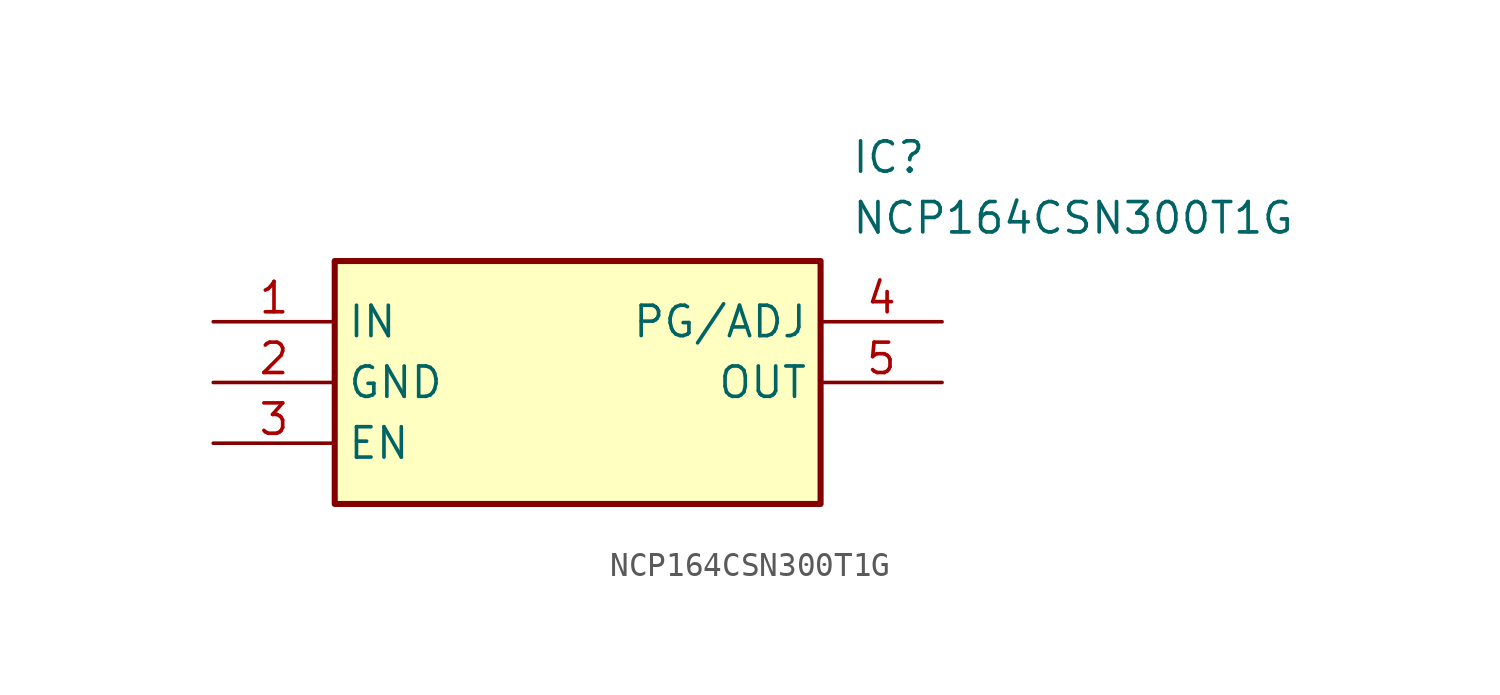
<source format=kicad_sym>
(kicad_symbol_lib
  (version 20211014)
  (generator SamacSys_ECAD_Model)
  (symbol "NCP164CSN300T1G"
    (property "Reference" "IC"
      (at 26.67 7.62 0)
      (effects (font (size 1.27 1.27)) (justify left top)))
    (property "Value" "NCP164CSN300T1G"
      (at 26.67 5.08 0)
      (effects (font (size 1.27 1.27)) (justify left top)))
    (rectangle
      (start 5.08 2.54)
      (end 25.4 -7.62)
      (stroke (width 0.254) (type default))
      (fill (type background)))
    (pin passive line
      (at 0 0 0)
      (length 5.08)
      (name "IN" (effects (font (size 1.27 1.27))))
      (number "1" (effects (font (size 1.27 1.27)))))
    (pin passive line
      (at 0 -2.54 0)
      (length 5.08)
      (name "GND" (effects (font (size 1.27 1.27))))
      (number "2" (effects (font (size 1.27 1.27)))))
    (pin passive line
      (at 0 -5.08 0)
      (length 5.08)
      (name "EN" (effects (font (size 1.27 1.27))))
      (number "3" (effects (font (size 1.27 1.27)))))
    (pin passive line
      (at 30.48 0 180)
      (length 5.08)
      (name "PG/ADJ" (effects (font (size 1.27 1.27))))
      (number "4" (effects (font (size 1.27 1.27)))))
    (pin passive line
      (at 30.48 -2.54 180)
      (length 5.08)
      (name "OUT" (effects (font (size 1.27 1.27))))
      (number "5" (effects (font (size 1.27 1.27)))))))
</source>
